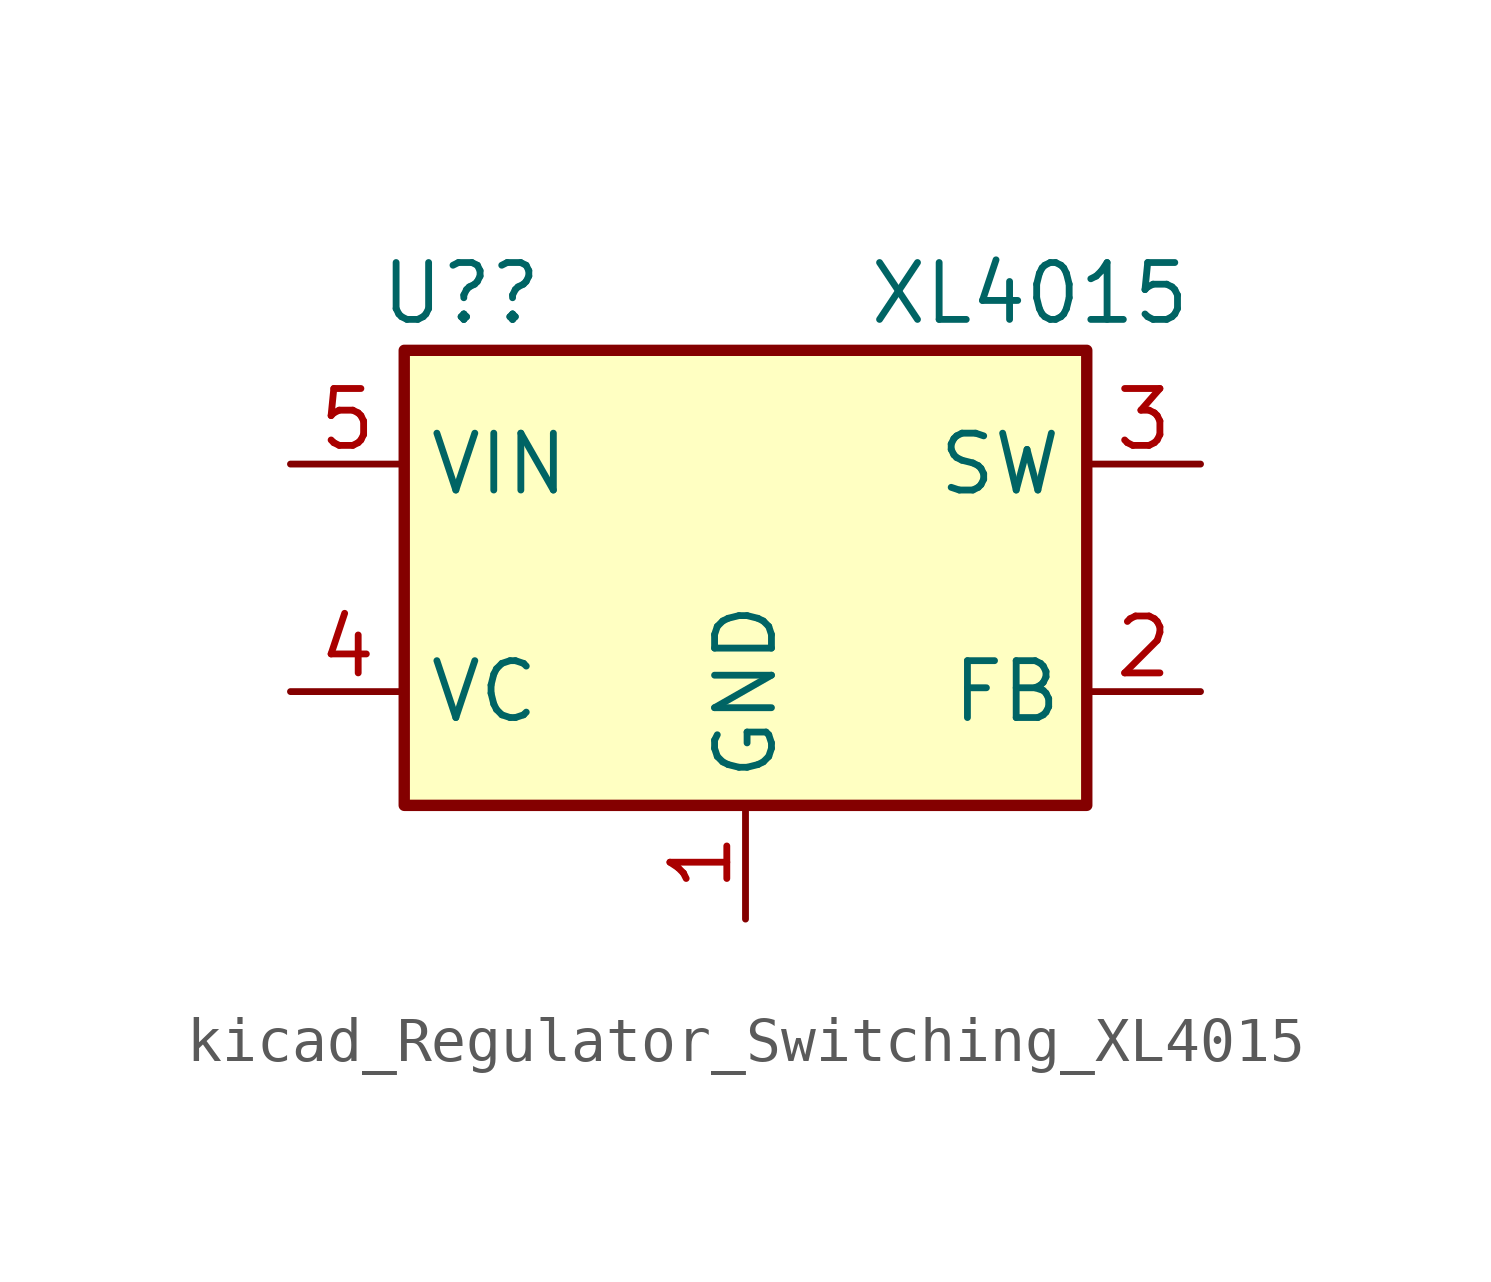
<source format=kicad_sym>
(kicad_symbol_lib
  (version 20220914)
  (generator kicad_symbol_editor)
  (symbol "kicad_Regulator_Switching_XL4015"
    (property "Reference" "U?"
      (at -6.35 6.35 0)
      (effects (font (size 1.27 1.27))))
    (property "Value" "XL4015"
      (at 6.35 6.35 0)
      (effects (font (size 1.27 1.27))))
    (symbol "kicad_Regulator_Switching_XL4015_0_1"
      (rectangle (start -7.62 5.08) (end 7.62 -5.08) (stroke (width 0.254) (type default)) (fill (type background))))
    (symbol "kicad_Regulator_Switching_XL4015_1_1"
      (pin power_in line (at 0 -7.62 90) (length 2.54) (name "GND" (effects (font (size 1.27 1.27)))) (number "1" (effects (font (size 1.27 1.27)))))
      (pin input line (at 10.16 -2.54 180) (length 2.54) (name "FB" (effects (font (size 1.27 1.27)))) (number "2" (effects (font (size 1.27 1.27)))))
      (pin power_out line (at 10.16 2.54 180) (length 2.54) (name "SW" (effects (font (size 1.27 1.27)))) (number "3" (effects (font (size 1.27 1.27)))))
      (pin input line (at -10.16 -2.54 0) (length 2.54) (name "VC" (effects (font (size 1.27 1.27)))) (number "4" (effects (font (size 1.27 1.27)))))
      (pin power_in line (at -10.16 2.54 0) (length 2.54) (name "VIN" (effects (font (size 1.27 1.27)))) (number "5" (effects (font (size 1.27 1.27))))))))
</source>
